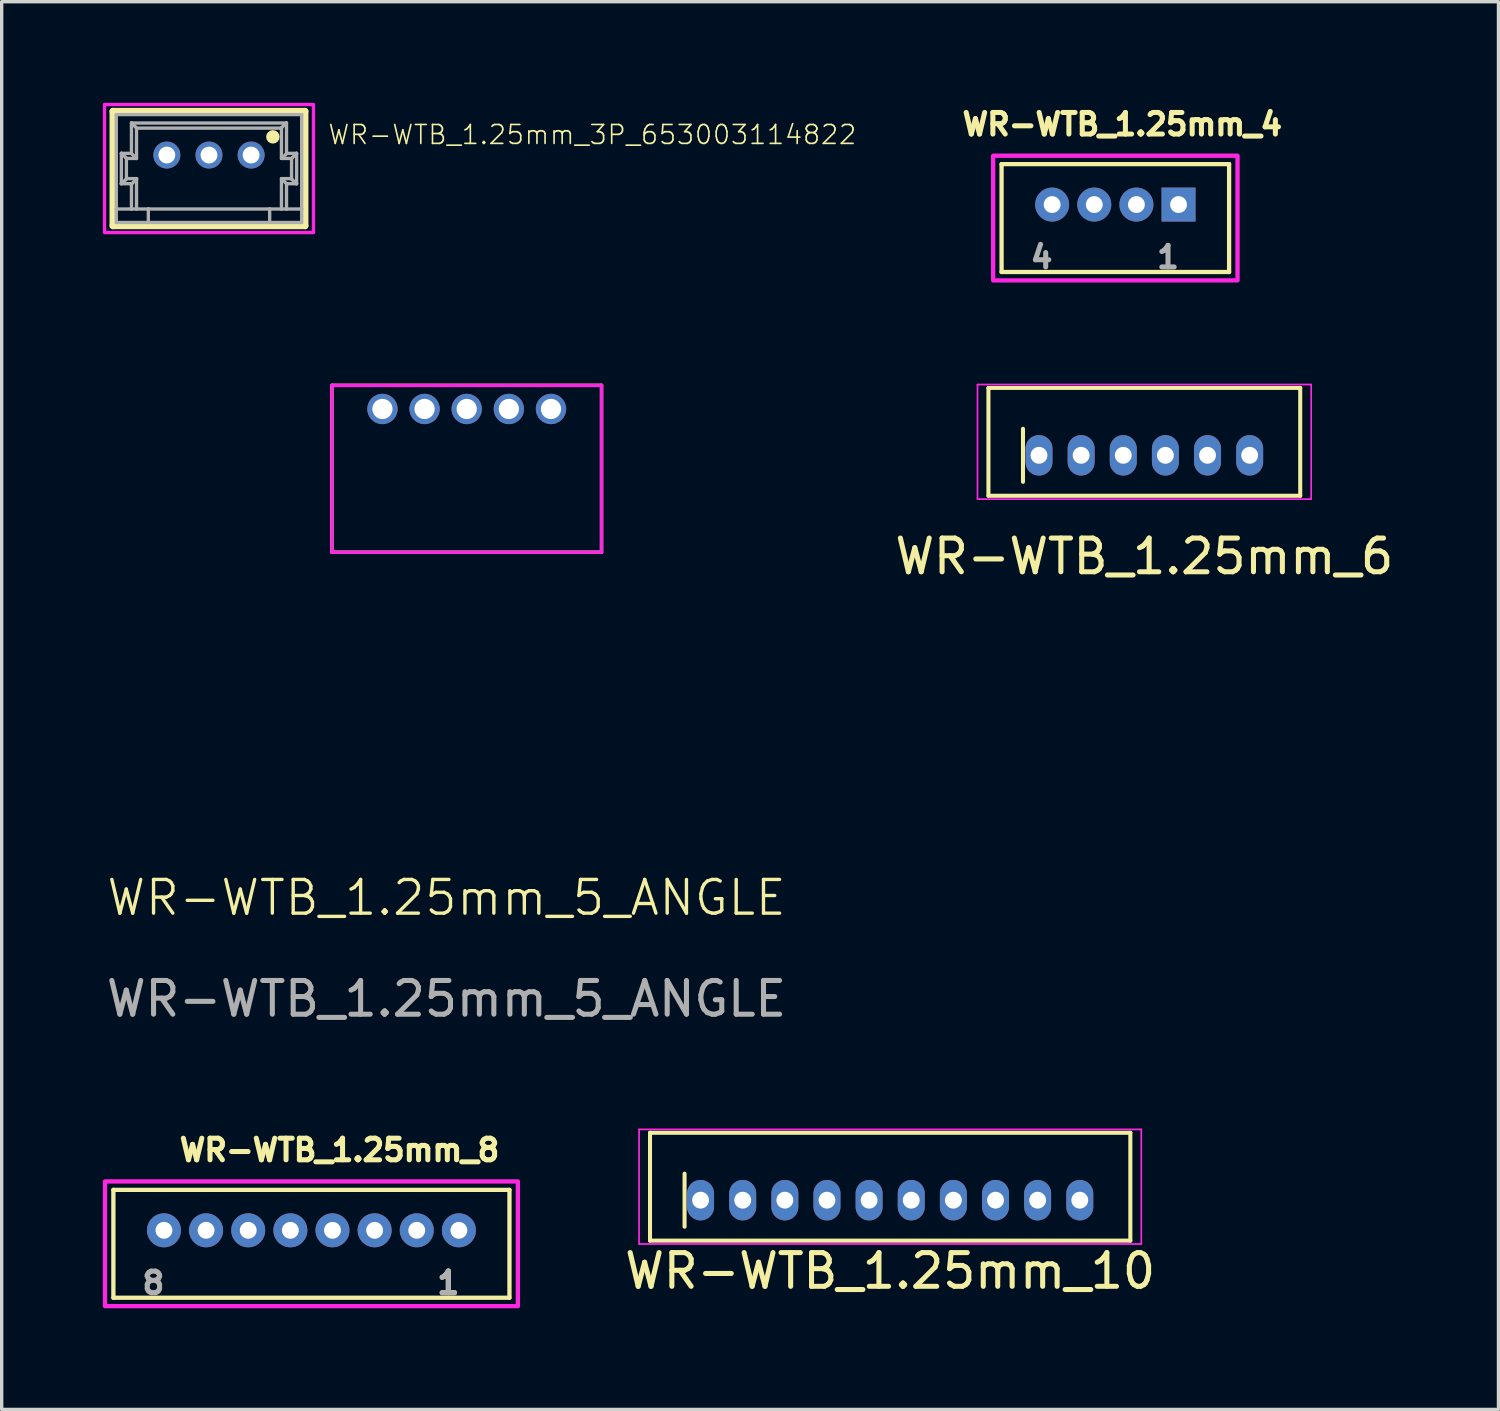
<source format=kicad_pcb>
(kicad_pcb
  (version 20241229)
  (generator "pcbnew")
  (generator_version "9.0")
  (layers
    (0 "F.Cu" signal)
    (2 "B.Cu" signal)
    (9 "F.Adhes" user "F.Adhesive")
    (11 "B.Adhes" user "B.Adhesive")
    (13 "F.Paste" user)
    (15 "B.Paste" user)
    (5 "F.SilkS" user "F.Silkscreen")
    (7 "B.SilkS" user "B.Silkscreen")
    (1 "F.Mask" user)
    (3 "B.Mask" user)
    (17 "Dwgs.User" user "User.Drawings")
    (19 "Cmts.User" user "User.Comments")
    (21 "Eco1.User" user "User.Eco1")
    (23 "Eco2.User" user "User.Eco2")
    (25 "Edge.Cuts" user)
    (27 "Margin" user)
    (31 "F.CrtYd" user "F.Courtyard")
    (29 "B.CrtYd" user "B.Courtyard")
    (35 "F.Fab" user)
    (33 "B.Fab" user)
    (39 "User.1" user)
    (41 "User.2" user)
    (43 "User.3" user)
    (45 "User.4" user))
  (footprint "WR-WTB_1.25mm_5_ANGLE"
    (layer "F.Cu")
    (at 10.796 9.083)
    (property "Reference" "WR-WTB_1.25mm_5_ANGLE" (at -0.6 14.5 0) (unlocked yes) (layer "F.SilkS") (effects (font (size 1 1) (thickness 0.1))))
    (attr through_hole)
    (fp_line (start -4 -0.7) (end -4 4.25) (stroke (width 0.1) (type default)) (layer "F.SilkS"))
    (fp_line (start -4 -0.7) (end 4 -0.7) (stroke (width 0.1) (type default)) (layer "F.SilkS"))
    (fp_line (start -4 4.25) (end 4 4.25) (stroke (width 0.1) (type default)) (layer "F.SilkS"))
    (fp_line (start 4 -0.7) (end 4 4.25) (stroke (width 0.1) (type default)) (layer "F.SilkS"))
    (fp_line (start -4 -0.7) (end -4 4.25) (stroke (width 0.1) (type default)) (layer "F.CrtYd"))
    (fp_line (start -4 -0.7) (end 4 -0.7) (stroke (width 0.1) (type default)) (layer "F.CrtYd"))
    (fp_line (start -4 4.25) (end 4 4.25) (stroke (width 0.1) (type default)) (layer "F.CrtYd"))
    (fp_line (start 4 -0.7) (end 4 4.25) (stroke (width 0.1) (type default)) (layer "F.CrtYd"))
    (fp_text user "${REFERENCE}" (at -0.6 17.5 0) (unlocked yes) (layer "F.Fab") (effects (font (size 1 1) (thickness 0.15))))
    (pad "1" thru_hole circle (at -2.5 0) (size 0.9 0.9) (drill 0.6) (layers "*.Cu" "*.Mask"))
    (pad "2" thru_hole circle (at -1.25 0) (size 0.9 0.9) (drill 0.6) (layers "*.Cu" "*.Mask"))
    (pad "3" thru_hole circle (at 0 0) (size 0.9 0.9) (drill 0.6) (layers "*.Cu" "*.Mask"))
    (pad "4" thru_hole circle (at 1.25 0) (size 0.9 0.9) (drill 0.6) (layers "*.Cu" "*.Mask"))
    (pad "5" thru_hole circle (at 2.5 0) (size 0.9 0.9) (drill 0.6) (layers "*.Cu" "*.Mask")))
  (footprint "WR-WTB_1.25mm_3P_653003114822"
    (layer "F.Cu")
    (at 3.15 1.95)
    (property "Reference" "WR-WTB_1.25mm_3P_653003114822" (at 3.5 -0.675 0) (layer "F.SilkS") (effects (font (size 0.561 0.561) (thickness 0.049)) (justify left bottom)))
    (fp_line (start -2.85 -1.7) (end 2.85 -1.7) (stroke (width 0.2) (type solid)) (layer "F.SilkS"))
    (fp_line (start -2.85 1.7) (end -2.85 -1.7) (stroke (width 0.2) (type solid)) (layer "F.SilkS"))
    (fp_line (start 2.85 -1.7) (end 2.85 1.7) (stroke (width 0.2) (type solid)) (layer "F.SilkS"))
    (fp_line (start 2.85 1.7) (end -2.85 1.7) (stroke (width 0.2) (type solid)) (layer "F.SilkS"))
    (fp_circle (center 1.895 -0.94) (end 1.995 -0.94) (stroke (width 0.2) (type solid)) (fill no) (layer "F.SilkS"))
    (fp_poly (pts (xy 3.1 1.9) (xy -3.1 1.9) (xy -3.1 -1.9) (xy 3.1 -1.9)) (stroke (width 0.1) (type solid)) (fill no) (layer "F.CrtYd"))
    (fp_line (start -2.75 -1.6) (end 2.75 -1.6) (stroke (width 0.1) (type solid)) (layer "F.Fab"))
    (fp_line (start -2.75 1.2) (end -2.75 -1.6) (stroke (width 0.1) (type solid)) (layer "F.Fab"))
    (fp_line (start -2.75 1.2) (end -2.3 1.2) (stroke (width 0.1) (type solid)) (layer "F.Fab"))
    (fp_line (start -2.75 1.6) (end -2.75 1.2) (stroke (width 0.1) (type solid)) (layer "F.Fab"))
    (fp_line (start -2.605 0.45) (end -2.425 0.29) (stroke (width 0.1) (type solid)) (layer "F.Fab"))
    (fp_line (start -2.6 -0.45) (end -2.595 -0.45) (stroke (width 0.1) (type solid)) (layer "F.Fab"))
    (fp_line (start -2.6 0.45) (end -2.6 -0.45) (stroke (width 0.1) (type solid)) (layer "F.Fab"))
    (fp_line (start -2.595 -0.45) (end -2.3 -0.45) (stroke (width 0.1) (type solid)) (layer "F.Fab"))
    (fp_line (start -2.45 -0.3) (end -2.45 0.3) (stroke (width 0.1) (type solid)) (layer "F.Fab"))
    (fp_line (start -2.45 0.3) (end -2.15 0.3) (stroke (width 0.1) (type solid)) (layer "F.Fab"))
    (fp_line (start -2.435 -0.29) (end -2.595 -0.45) (stroke (width 0.1) (type solid)) (layer "F.Fab"))
    (fp_line (start -2.315 -0.46) (end -2.155 -0.3) (stroke (width 0.1) (type solid)) (layer "F.Fab"))
    (fp_line (start -2.3 -1.35) (end -2.295 -1.35) (stroke (width 0.1) (type solid)) (layer "F.Fab"))
    (fp_line (start -2.3 -0.45) (end -2.3 -1.35) (stroke (width 0.1) (type solid)) (layer "F.Fab"))
    (fp_line (start -2.3 0.45) (end -2.6 0.45) (stroke (width 0.1) (type solid)) (layer "F.Fab"))
    (fp_line (start -2.3 1.2) (end -2.3 0.45) (stroke (width 0.1) (type solid)) (layer "F.Fab"))
    (fp_line (start -2.3 1.2) (end -2.15 1.2) (stroke (width 0.1) (type solid)) (layer "F.Fab"))
    (fp_line (start -2.295 -1.35) (end 2.295 -1.35) (stroke (width 0.1) (type solid)) (layer "F.Fab"))
    (fp_line (start -2.295 0.46) (end -2.145 0.3) (stroke (width 0.1) (type solid)) (layer "F.Fab"))
    (fp_line (start -2.155 -0.3) (end -2.45 -0.3) (stroke (width 0.1) (type solid)) (layer "F.Fab"))
    (fp_line (start -2.15 -1.2) (end -2.15 -0.3) (stroke (width 0.1) (type solid)) (layer "F.Fab"))
    (fp_line (start -2.15 -1.2) (end 2.15 -1.2) (stroke (width 0.1) (type solid)) (layer "F.Fab"))
    (fp_line (start -2.15 -0.3) (end -2.155 -0.3) (stroke (width 0.1) (type solid)) (layer "F.Fab"))
    (fp_line (start -2.15 0.3) (end -2.15 1.2) (stroke (width 0.1) (type solid)) (layer "F.Fab"))
    (fp_line (start -2.15 1.2) (end -1.8 1.2) (stroke (width 0.1) (type solid)) (layer "F.Fab"))
    (fp_line (start -2.135 -1.19) (end -2.295 -1.35) (stroke (width 0.1) (type solid)) (layer "F.Fab"))
    (fp_line (start -1.8 1.2) (end -1.8 1.6) (stroke (width 0.1) (type solid)) (layer "F.Fab"))
    (fp_line (start -1.8 1.2) (end 1.8 1.2) (stroke (width 0.1) (type solid)) (layer "F.Fab"))
    (fp_line (start -1.8 1.6) (end -2.75 1.6) (stroke (width 0.1) (type solid)) (layer "F.Fab"))
    (fp_line (start 1.8 1.2) (end 1.8 1.6) (stroke (width 0.1) (type solid)) (layer "F.Fab"))
    (fp_line (start 1.8 1.2) (end 2.15 1.2) (stroke (width 0.1) (type solid)) (layer "F.Fab"))
    (fp_line (start 1.8 1.6) (end -1.8 1.6) (stroke (width 0.1) (type solid)) (layer "F.Fab"))
    (fp_line (start 2.125 -1.19) (end 2.295 -1.35) (stroke (width 0.1) (type solid)) (layer "F.Fab"))
    (fp_line (start 2.15 -1.2) (end 2.15 -0.3) (stroke (width 0.1) (type solid)) (layer "F.Fab"))
    (fp_line (start 2.15 -0.3) (end 2.45 -0.3) (stroke (width 0.1) (type solid)) (layer "F.Fab"))
    (fp_line (start 2.15 0.3) (end 2.15 1.2) (stroke (width 0.1) (type solid)) (layer "F.Fab"))
    (fp_line (start 2.15 1.2) (end 2.3 1.2) (stroke (width 0.1) (type solid)) (layer "F.Fab"))
    (fp_line (start 2.155 -0.31) (end 2.315 -0.45) (stroke (width 0.1) (type solid)) (layer "F.Fab"))
    (fp_line (start 2.155 0.31) (end 2.315 0.46) (stroke (width 0.1) (type solid)) (layer "F.Fab"))
    (fp_line (start 2.295 -1.35) (end 2.3 -1.35) (stroke (width 0.1) (type solid)) (layer "F.Fab"))
    (fp_line (start 2.3 -1.35) (end 2.3 -0.45) (stroke (width 0.1) (type solid)) (layer "F.Fab"))
    (fp_line (start 2.3 -0.45) (end 2.315 -0.45) (stroke (width 0.1) (type solid)) (layer "F.Fab"))
    (fp_line (start 2.3 0.45) (end 2.3 1.2) (stroke (width 0.1) (type solid)) (layer "F.Fab"))
    (fp_line (start 2.3 1.2) (end 2.75 1.2) (stroke (width 0.1) (type solid)) (layer "F.Fab"))
    (fp_line (start 2.315 -0.45) (end 2.595 -0.45) (stroke (width 0.1) (type solid)) (layer "F.Fab"))
    (fp_line (start 2.435 0.3) (end 2.15 0.3) (stroke (width 0.1) (type solid)) (layer "F.Fab"))
    (fp_line (start 2.435 0.3) (end 2.595 0.45) (stroke (width 0.1) (type solid)) (layer "F.Fab"))
    (fp_line (start 2.445 -0.29) (end 2.595 -0.45) (stroke (width 0.1) (type solid)) (layer "F.Fab"))
    (fp_line (start 2.45 -0.3) (end 2.45 0.3) (stroke (width 0.1) (type solid)) (layer "F.Fab"))
    (fp_line (start 2.45 0.3) (end 2.435 0.3) (stroke (width 0.1) (type solid)) (layer "F.Fab"))
    (fp_line (start 2.595 -0.45) (end 2.6 -0.45) (stroke (width 0.1) (type solid)) (layer "F.Fab"))
    (fp_line (start 2.595 0.45) (end 2.3 0.45) (stroke (width 0.1) (type solid)) (layer "F.Fab"))
    (fp_line (start 2.6 -0.45) (end 2.6 0.45) (stroke (width 0.1) (type solid)) (layer "F.Fab"))
    (fp_line (start 2.6 0.45) (end 2.595 0.45) (stroke (width 0.1) (type solid)) (layer "F.Fab"))
    (fp_line (start 2.75 -1.6) (end 2.75 1.2) (stroke (width 0.1) (type solid)) (layer "F.Fab"))
    (fp_line (start 2.75 1.2) (end 2.75 1.6) (stroke (width 0.1) (type solid)) (layer "F.Fab"))
    (fp_line (start 2.75 1.6) (end 1.8 1.6) (stroke (width 0.1) (type solid)) (layer "F.Fab"))
    (pad "1" thru_hole circle (at 1.25 -0.4) (size 0.8 0.8) (drill 0.5) (layers "*.Cu" "*.Mask"))
    (pad "2" thru_hole circle (at 0 -0.4) (size 0.8 0.8) (drill 0.5) (layers "*.Cu" "*.Mask"))
    (pad "3" thru_hole circle (at -1.25 -0.4) (size 0.8 0.8) (drill 0.5) (layers "*.Cu" "*.Mask")))
  (footprint "WR-WTB_1.25mm_6"
    (layer "F.Cu")
    (at 30.899 10.458)
    (property "Reference" "WR-WTB_1.25mm_6" (at 0 3 0) (layer "F.SilkS") (effects (font (size 1 1) (thickness 0.15))))
    (attr through_hole)
    (fp_line (start -4.625 -2) (end 4.625 -2) (stroke (width 0.12) (type default)) (layer "F.SilkS"))
    (fp_line (start -4.625 1.2) (end -4.625 -2) (stroke (width 0.12) (type default)) (layer "F.SilkS"))
    (fp_line (start -3.6 -0.787) (end -3.6 0.787) (stroke (width 0.12) (type default)) (layer "F.SilkS"))
    (fp_line (start 4.625 -2) (end 4.625 1.2) (stroke (width 0.12) (type default)) (layer "F.SilkS"))
    (fp_line (start 4.625 1.2) (end -4.625 1.2) (stroke (width 0.12) (type default)) (layer "F.SilkS"))
    (fp_line (start -4.95 -2.1) (end 4.95 -2.1) (stroke (width 0.05) (type default)) (layer "F.CrtYd"))
    (fp_line (start -4.95 1.3) (end -4.95 -2.1) (stroke (width 0.05) (type default)) (layer "F.CrtYd"))
    (fp_line (start 4.95 -2.1) (end 4.95 1.3) (stroke (width 0.05) (type default)) (layer "F.CrtYd"))
    (fp_line (start 4.95 1.3) (end -4.95 1.3) (stroke (width 0.05) (type default)) (layer "F.CrtYd"))
    (pad "1" thru_hole oval (at -3.125 0) (size 0.8 1.2) (drill 0.5) (layers "*.Cu" "*.Mask"))
    (pad "2" thru_hole oval (at -1.875 0) (size 0.8 1.2) (drill 0.5) (layers "*.Cu" "*.Mask"))
    (pad "3" thru_hole oval (at -0.625 0) (size 0.8 1.2) (drill 0.5) (layers "*.Cu" "*.Mask"))
    (pad "4" thru_hole oval (at 0.625 0) (size 0.8 1.2) (drill 0.5) (layers "*.Cu" "*.Mask"))
    (pad "5" thru_hole oval (at 1.875 0) (size 0.8 1.2) (drill 0.5) (layers "*.Cu" "*.Mask"))
    (pad "6" thru_hole oval (at 3.125 0) (size 0.8 1.2) (drill 0.5) (layers "*.Cu" "*.Mask")))
  (footprint "WR-WTB_1.25mm_10"
    (layer "F.Cu")
    (at 23.359 32.556)
    (property "Reference" "WR-WTB_1.25mm_10" (at 0 2.1 0) (layer "F.SilkS") (effects (font (size 1 1) (thickness 0.15))))
    (attr through_hole)
    (fp_line (start -7.125 -2) (end 7.125 -2) (stroke (width 0.12) (type default)) (layer "F.SilkS"))
    (fp_line (start -7.125 1.2) (end -7.125 -2) (stroke (width 0.12) (type default)) (layer "F.SilkS"))
    (fp_line (start -6.1 -0.787) (end -6.1 0.787) (stroke (width 0.12) (type default)) (layer "F.SilkS"))
    (fp_line (start 7.125 -2) (end 7.125 1.2) (stroke (width 0.12) (type default)) (layer "F.SilkS"))
    (fp_line (start 7.125 1.2) (end -7.125 1.2) (stroke (width 0.12) (type default)) (layer "F.SilkS"))
    (fp_line (start -7.45 -2.1) (end 7.45 -2.1) (stroke (width 0.05) (type default)) (layer "F.CrtYd"))
    (fp_line (start -7.45 1.3) (end -7.45 -2.1) (stroke (width 0.05) (type default)) (layer "F.CrtYd"))
    (fp_line (start 7.45 -2.1) (end 7.45 1.3) (stroke (width 0.05) (type default)) (layer "F.CrtYd"))
    (fp_line (start 7.45 1.3) (end -7.45 1.3) (stroke (width 0.05) (type default)) (layer "F.CrtYd"))
    (pad "1" thru_hole oval (at -5.625 0) (size 0.8 1.2) (drill 0.5) (layers "*.Cu" "*.Mask"))
    (pad "2" thru_hole oval (at -4.375 0) (size 0.8 1.2) (drill 0.5) (layers "*.Cu" "*.Mask"))
    (pad "3" thru_hole oval (at -3.125 0) (size 0.8 1.2) (drill 0.5) (layers "*.Cu" "*.Mask"))
    (pad "4" thru_hole oval (at -1.875 0) (size 0.8 1.2) (drill 0.5) (layers "*.Cu" "*.Mask"))
    (pad "5" thru_hole oval (at -0.625 0) (size 0.8 1.2) (drill 0.5) (layers "*.Cu" "*.Mask"))
    (pad "6" thru_hole oval (at 0.625 0) (size 0.8 1.2) (drill 0.5) (layers "*.Cu" "*.Mask"))
    (pad "7" thru_hole oval (at 1.875 0) (size 0.8 1.2) (drill 0.5) (layers "*.Cu" "*.Mask"))
    (pad "8" thru_hole oval (at 3.125 0) (size 0.8 1.2) (drill 0.5) (layers "*.Cu" "*.Mask"))
    (pad "9" thru_hole oval (at 4.375 0) (size 0.8 1.2) (drill 0.5) (layers "*.Cu" "*.Mask"))
    (pad "10" thru_hole oval (at 5.625 0) (size 0.8 1.2) (drill 0.5) (layers "*.Cu" "*.Mask")))
  (footprint "WR-WTB_1.25mm_4"
    (layer "F.Cu")
    (at 30.039 3.019)
    (property "Reference" "WR-WTB_1.25mm_4" (at 0.207 -2.381 0) (layer "F.SilkS") (effects (font (size 0.64 0.64) (thickness 0.15))))
    (attr through_hole)
    (fp_line (start -3.375 -1.2) (end 3.375 -1.2) (stroke (width 0.127) (type solid)) (layer "F.SilkS"))
    (fp_line (start -3.375 2) (end -3.375 -1.2) (stroke (width 0.127) (type solid)) (layer "F.SilkS"))
    (fp_line (start 3.375 -1.2) (end 3.375 2) (stroke (width 0.127) (type solid)) (layer "F.SilkS"))
    (fp_line (start 3.375 2) (end -3.375 2) (stroke (width 0.127) (type solid)) (layer "F.SilkS"))
    (fp_poly (pts (xy -3.625 -1.45) (xy 3.625 -1.45) (xy 3.625 2.25) (xy -3.625 2.25)) (stroke (width 0.127) (type solid)) (fill no) (layer "F.CrtYd"))
    (fp_text user "1" (at 1.562 1.562 0) (layer "F.Fab") (effects (font (size 0.64 0.64) (thickness 0.15))))
    (fp_text user "4" (at -2.188 1.562 0) (layer "F.Fab") (effects (font (size 0.64 0.64) (thickness 0.15))))
    (pad "1" thru_hole rect (at 1.875 0) (size 1.008 1.008) (drill 0.5) (layers "*.Cu" "*.Mask"))
    (pad "2" thru_hole circle (at 0.625 0) (size 1.008 1.008) (drill 0.5) (layers "*.Cu" "*.Mask"))
    (pad "3" thru_hole circle (at -0.625 0) (size 1.008 1.008) (drill 0.5) (layers "*.Cu" "*.Mask"))
    (pad "4" thru_hole circle (at -1.875 0) (size 1.008 1.008) (drill 0.5) (layers "*.Cu" "*.Mask")))
  (footprint "WR-WTB_1.25mm_8"
    (layer "F.Cu")
    (at 6.189 33.45)
    (property "Reference" "WR-WTB_1.25mm_8" (at 0.832 -2.381 0) (layer "F.SilkS") (effects (font (size 0.64 0.64) (thickness 0.15))))
    (attr through_hole)
    (fp_line (start -5.875 -1.2) (end 5.875 -1.2) (stroke (width 0.127) (type solid)) (layer "F.SilkS"))
    (fp_line (start -5.875 2) (end -5.875 -1.2) (stroke (width 0.127) (type solid)) (layer "F.SilkS"))
    (fp_line (start 5.875 -1.2) (end 5.875 2) (stroke (width 0.127) (type solid)) (layer "F.SilkS"))
    (fp_line (start 5.875 2) (end -5.875 2) (stroke (width 0.127) (type solid)) (layer "F.SilkS"))
    (fp_poly (pts (xy -6.125 -1.45) (xy 6.125 -1.45) (xy 6.125 2.25) (xy -6.125 2.25)) (stroke (width 0.127) (type solid)) (fill no) (layer "F.CrtYd"))
    (fp_text user "1" (at 4.062 1.562 0) (layer "F.SilkS") (effects (font (size 0.64 0.64) (thickness 0.15))))
    (fp_text user "1" (at 4.062 1.562 0) (layer "F.Fab") (effects (font (size 0.64 0.64) (thickness 0.15))))
    (fp_text user "8" (at -4.688 1.562 0) (layer "F.Fab") (effects (font (size 0.64 0.64) (thickness 0.15))))
    (pad "1" thru_hole circle (at 4.375 0) (size 1.008 1.008) (drill 0.5) (layers "*.Cu" "*.Mask"))
    (pad "2" thru_hole circle (at 3.125 0) (size 1.008 1.008) (drill 0.5) (layers "*.Cu" "*.Mask"))
    (pad "3" thru_hole circle (at 1.875 0) (size 1.008 1.008) (drill 0.5) (layers "*.Cu" "*.Mask"))
    (pad "4" thru_hole circle (at 0.625 0) (size 1.008 1.008) (drill 0.5) (layers "*.Cu" "*.Mask"))
    (pad "5" thru_hole circle (at -0.625 0) (size 1.008 1.008) (drill 0.5) (layers "*.Cu" "*.Mask"))
    (pad "6" thru_hole circle (at -1.875 0) (size 1.008 1.008) (drill 0.5) (layers "*.Cu" "*.Mask"))
    (pad "7" thru_hole circle (at -3.125 0) (size 1.008 1.008) (drill 0.5) (layers "*.Cu" "*.Mask"))
    (pad "8" thru_hole circle (at -4.375 0) (size 1.008 1.008) (drill 0.5) (layers "*.Cu" "*.Mask")))
  (gr_rect
    (start -3 -3)
    (end 41.405 38.763)
    (stroke (width 0.1) (type default))
    (fill no)
    (layer "Edge.Cuts")))
</source>
